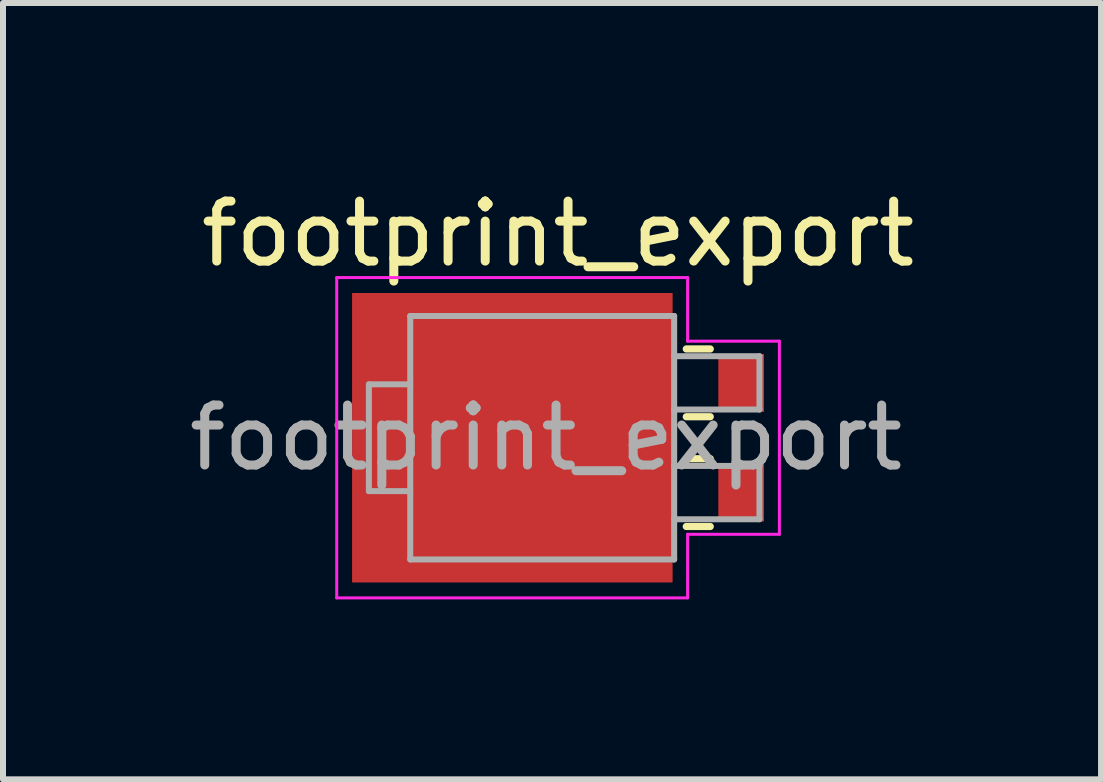
<source format=kicad_pcb>
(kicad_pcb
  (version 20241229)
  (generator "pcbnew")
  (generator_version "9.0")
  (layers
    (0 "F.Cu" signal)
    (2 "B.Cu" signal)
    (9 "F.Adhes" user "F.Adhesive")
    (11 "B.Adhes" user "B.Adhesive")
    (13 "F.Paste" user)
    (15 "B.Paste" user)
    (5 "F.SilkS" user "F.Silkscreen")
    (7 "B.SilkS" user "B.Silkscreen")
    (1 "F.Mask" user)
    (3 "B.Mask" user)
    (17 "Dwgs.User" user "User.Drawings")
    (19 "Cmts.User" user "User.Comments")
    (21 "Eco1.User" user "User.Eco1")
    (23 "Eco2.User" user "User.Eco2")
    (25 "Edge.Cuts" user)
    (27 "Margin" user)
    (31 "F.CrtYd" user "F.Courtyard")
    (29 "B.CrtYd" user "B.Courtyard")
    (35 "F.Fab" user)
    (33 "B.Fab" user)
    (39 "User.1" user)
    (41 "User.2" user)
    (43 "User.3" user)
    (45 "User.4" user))
  (footprint "footprint_export"
    (layer "F.Cu")
    (at 6.254 4.248)
    (property "Reference" "footprint_export" (at 0 -3.4 0) (layer "F.SilkS") (effects (font (size 1 1) (thickness 0.15))))
    (attr smd)
    (fp_line (start 2.538 -1.48) (end 2.138 -1.48) (stroke (width 0.12) (type solid)) (layer "F.SilkS"))
    (fp_line (start 2.538 -0.35) (end 2.138 -0.35) (stroke (width 0.12) (type solid)) (layer "F.SilkS"))
    (fp_line (start 2.538 0.35) (end 2.138 0.35) (stroke (width 0.12) (type solid)) (layer "F.SilkS"))
    (fp_line (start 2.538 1.48) (end 2.138 1.48) (stroke (width 0.12) (type solid)) (layer "F.SilkS"))
    (fp_line (start -3.69 -2.67) (end -3.69 2.67) (stroke (width 0.05) (type solid)) (layer "F.CrtYd"))
    (fp_line (start -3.69 2.67) (end 2.16 2.67) (stroke (width 0.05) (type solid)) (layer "F.CrtYd"))
    (fp_line (start 2.16 -2.67) (end -3.69 -2.67) (stroke (width 0.05) (type solid)) (layer "F.CrtYd"))
    (fp_line (start 2.16 -1.61) (end 2.16 -2.67) (stroke (width 0.05) (type solid)) (layer "F.CrtYd"))
    (fp_line (start 2.16 1.61) (end 3.69 1.61) (stroke (width 0.05) (type solid)) (layer "F.CrtYd"))
    (fp_line (start 2.16 2.67) (end 2.16 1.61) (stroke (width 0.05) (type solid)) (layer "F.CrtYd"))
    (fp_line (start 3.69 -1.61) (end 2.16 -1.61) (stroke (width 0.05) (type solid)) (layer "F.CrtYd"))
    (fp_line (start 3.69 1.61) (end 3.69 -1.61) (stroke (width 0.05) (type solid)) (layer "F.CrtYd"))
    (fp_line (start -3.154 -0.89) (end -2.464 -0.89) (stroke (width 0.1) (type solid)) (layer "F.Fab"))
    (fp_line (start -3.154 0.89) (end -3.154 -0.89) (stroke (width 0.1) (type solid)) (layer "F.Fab"))
    (fp_line (start -2.464 -2.03) (end -2.464 2.03) (stroke (width 0.1) (type solid)) (layer "F.Fab"))
    (fp_line (start -2.464 0.89) (end -3.154 0.89) (stroke (width 0.1) (type solid)) (layer "F.Fab"))
    (fp_line (start -2.464 2.03) (end 1.936 2.03) (stroke (width 0.1) (type solid)) (layer "F.Fab"))
    (fp_line (start 1.936 -2.03) (end -2.464 -2.03) (stroke (width 0.1) (type solid)) (layer "F.Fab"))
    (fp_line (start 1.936 2.03) (end 1.936 -2.03) (stroke (width 0.1) (type solid)) (layer "F.Fab"))
    (fp_line (start 3.358 -1.359) (end 1.936 -1.359) (stroke (width 0.1) (type solid)) (layer "F.Fab"))
    (fp_line (start 3.358 -0.47) (end 1.936 -0.47) (stroke (width 0.1) (type solid)) (layer "F.Fab"))
    (fp_line (start 3.358 -0.47) (end 3.358 -1.359) (stroke (width 0.1) (type solid)) (layer "F.Fab"))
    (fp_line (start 3.358 0.47) (end 1.936 0.47) (stroke (width 0.1) (type solid)) (layer "F.Fab"))
    (fp_line (start 3.358 1.359) (end 1.936 1.359) (stroke (width 0.1) (type solid)) (layer "F.Fab"))
    (fp_line (start 3.358 1.359) (end 3.358 0.47) (stroke (width 0.1) (type solid)) (layer "F.Fab"))
    (fp_text user "${REFERENCE}" (at -0.2 0 0) (layer "F.Fab") (effects (font (size 1 1) (thickness 0.15))))
    (pad "1" smd rect (at -0.762 0 180) (size 5.344 4.826) (layers "F.Cu" "F.Mask" "F.Paste"))
    (pad "2" smd rect (at 3.053 -0.914 180) (size 0.762 0.965) (layers "F.Cu" "F.Mask" "F.Paste"))
    (pad "3" smd rect (at 3.053 0.914 180) (size 0.762 0.965) (layers "F.Cu" "F.Mask" "F.Paste")))
  (gr_rect
    (start -3 -3)
    (end 15.307 9.943)
    (stroke (width 0.1) (type default))
    (fill no)
    (layer "Edge.Cuts")))
</source>
